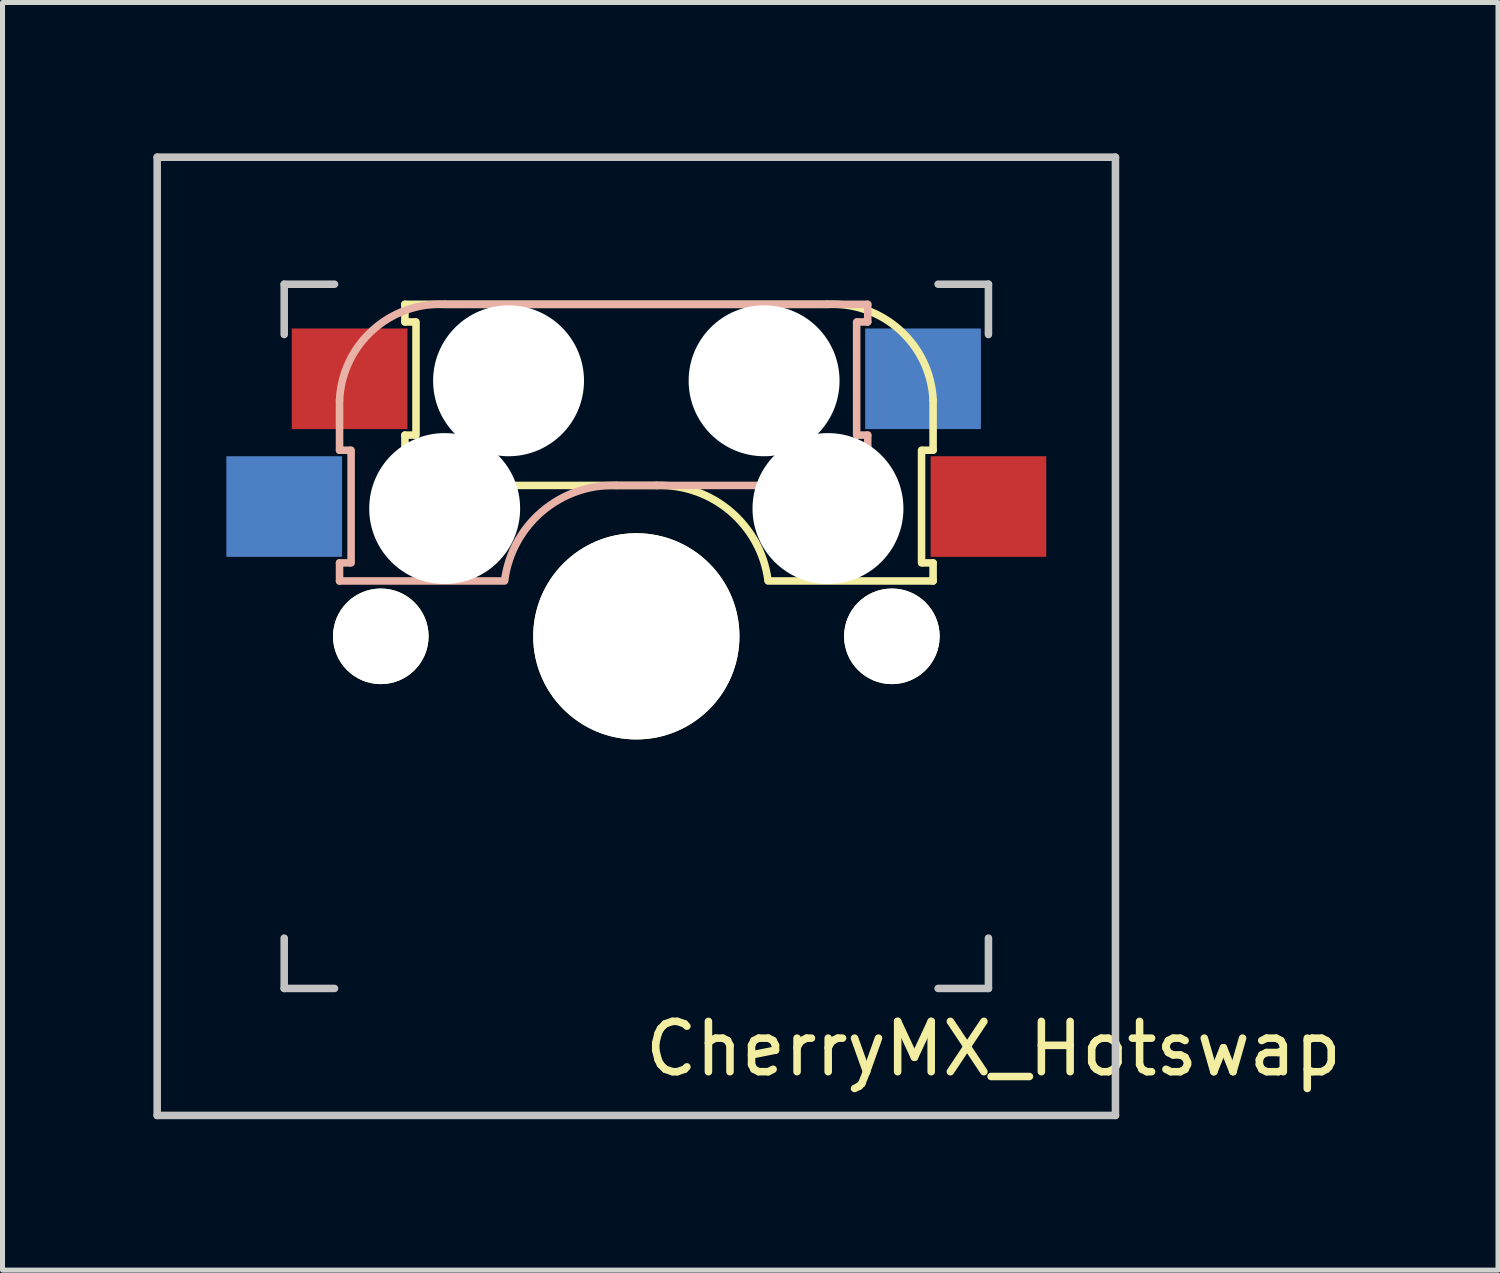
<source format=kicad_pcb>
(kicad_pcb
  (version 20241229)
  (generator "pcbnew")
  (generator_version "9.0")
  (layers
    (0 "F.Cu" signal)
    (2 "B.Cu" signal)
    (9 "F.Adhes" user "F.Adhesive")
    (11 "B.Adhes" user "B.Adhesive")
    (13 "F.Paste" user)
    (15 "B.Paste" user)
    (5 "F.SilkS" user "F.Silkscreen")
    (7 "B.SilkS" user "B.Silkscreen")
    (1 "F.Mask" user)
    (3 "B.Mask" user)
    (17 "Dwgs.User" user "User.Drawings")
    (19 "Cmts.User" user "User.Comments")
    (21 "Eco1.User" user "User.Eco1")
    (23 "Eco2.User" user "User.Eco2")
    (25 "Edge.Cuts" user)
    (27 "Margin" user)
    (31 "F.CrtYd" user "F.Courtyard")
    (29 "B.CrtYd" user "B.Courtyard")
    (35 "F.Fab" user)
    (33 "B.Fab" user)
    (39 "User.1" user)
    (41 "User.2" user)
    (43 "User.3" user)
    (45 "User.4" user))
  (footprint "CherryMX_Hotswap"
    (layer "F.Cu")
    (at 9.6 9.6)
    (property "Reference" "CherryMX_Hotswap" (at 7.1 8.2 0) (layer "F.SilkS") (effects (font (size 1 1) (thickness 0.15))))
    (attr through_hole)
    (fp_line (start -4.6 -6.6) (end 3.8 -6.6) (stroke (width 0.15) (type solid)) (layer "F.SilkS"))
    (fp_line (start -4.6 -6.25) (end -4.6 -6.6) (stroke (width 0.15) (type solid)) (layer "F.SilkS"))
    (fp_line (start -4.6 -4) (end -4.4 -4) (stroke (width 0.15) (type solid)) (layer "F.SilkS"))
    (fp_line (start -4.6 -3) (end -4.6 -4) (stroke (width 0.15) (type solid)) (layer "F.SilkS"))
    (fp_line (start -4.4 -6.25) (end -4.6 -6.25) (stroke (width 0.15) (type solid)) (layer "F.SilkS"))
    (fp_line (start -4.38 -4) (end -4.38 -6.25) (stroke (width 0.15) (type solid)) (layer "F.SilkS"))
    (fp_line (start 0.4 -3) (end -4.6 -3) (stroke (width 0.15) (type solid)) (layer "F.SilkS"))
    (fp_line (start 5.67 -3.7) (end 5.67 -1.46) (stroke (width 0.15) (type solid)) (layer "F.SilkS"))
    (fp_line (start 5.7 -1.46) (end 5.9 -1.46) (stroke (width 0.15) (type solid)) (layer "F.SilkS"))
    (fp_line (start 5.9 -4.7) (end 5.9 -3.7) (stroke (width 0.15) (type solid)) (layer "F.SilkS"))
    (fp_line (start 5.9 -3.7) (end 5.7 -3.7) (stroke (width 0.15) (type solid)) (layer "F.SilkS"))
    (fp_line (start 5.9 -1.1) (end 2.62 -1.1) (stroke (width 0.15) (type solid)) (layer "F.SilkS"))
    (fp_line (start 5.9 -1.1) (end 5.9 -1.46) (stroke (width 0.15) (type solid)) (layer "F.SilkS"))
    (fp_arc (start 0.4 -3) (mid 1.868709 -2.486118) (end 2.616318 -1.121471) (stroke (width 0.15) (type solid)) (layer "F.SilkS"))
    (fp_arc (start 3.8 -6.600001) (mid 5.243504 -6.084925) (end 5.900001 -4.7) (stroke (width 0.15) (type solid)) (layer "F.SilkS"))
    (fp_line (start -5.9 -4.7) (end -5.9 -3.7) (stroke (width 0.15) (type solid)) (layer "B.SilkS"))
    (fp_line (start -5.9 -3.7) (end -5.7 -3.7) (stroke (width 0.15) (type solid)) (layer "B.SilkS"))
    (fp_line (start -5.9 -1.1) (end -5.9 -1.46) (stroke (width 0.15) (type solid)) (layer "B.SilkS"))
    (fp_line (start -5.9 -1.1) (end -2.62 -1.1) (stroke (width 0.15) (type solid)) (layer "B.SilkS"))
    (fp_line (start -5.7 -1.46) (end -5.9 -1.46) (stroke (width 0.15) (type solid)) (layer "B.SilkS"))
    (fp_line (start -5.67 -3.7) (end -5.67 -1.46) (stroke (width 0.15) (type solid)) (layer "B.SilkS"))
    (fp_line (start -0.4 -3) (end 4.6 -3) (stroke (width 0.15) (type solid)) (layer "B.SilkS"))
    (fp_line (start 4.38 -4) (end 4.38 -6.25) (stroke (width 0.15) (type solid)) (layer "B.SilkS"))
    (fp_line (start 4.4 -6.25) (end 4.6 -6.25) (stroke (width 0.15) (type solid)) (layer "B.SilkS"))
    (fp_line (start 4.6 -6.6) (end -3.8 -6.6) (stroke (width 0.15) (type solid)) (layer "B.SilkS"))
    (fp_line (start 4.6 -6.25) (end 4.6 -6.6) (stroke (width 0.15) (type solid)) (layer "B.SilkS"))
    (fp_line (start 4.6 -4) (end 4.4 -4) (stroke (width 0.15) (type solid)) (layer "B.SilkS"))
    (fp_line (start 4.6 -3) (end 4.6 -4) (stroke (width 0.15) (type solid)) (layer "B.SilkS"))
    (fp_arc (start -5.9 -4.699999) (mid -5.243504 -6.084924) (end -3.800001 -6.6) (stroke (width 0.15) (type solid)) (layer "B.SilkS"))
    (fp_arc (start -2.616318 -1.121471) (mid -1.868709 -2.486118) (end -0.4 -3) (stroke (width 0.15) (type solid)) (layer "B.SilkS"))
    (fp_line (start -9.525 -9.525) (end 9.525 -9.525) (stroke (width 0.15) (type solid)) (layer "Dwgs.User"))
    (fp_line (start -9.525 9.525) (end -9.525 -9.525) (stroke (width 0.15) (type solid)) (layer "Dwgs.User"))
    (fp_line (start -7 -7) (end -6 -7) (stroke (width 0.15) (type solid)) (layer "Dwgs.User"))
    (fp_line (start -7 -6) (end -7 -7) (stroke (width 0.15) (type solid)) (layer "Dwgs.User"))
    (fp_line (start -7 6) (end -7 7) (stroke (width 0.15) (type solid)) (layer "Dwgs.User"))
    (fp_line (start -7 7) (end -6 7) (stroke (width 0.15) (type solid)) (layer "Dwgs.User"))
    (fp_line (start 6 7) (end 7 7) (stroke (width 0.15) (type solid)) (layer "Dwgs.User"))
    (fp_line (start 7 -7) (end 6 -7) (stroke (width 0.15) (type solid)) (layer "Dwgs.User"))
    (fp_line (start 7 -7) (end 7 -6) (stroke (width 0.15) (type solid)) (layer "Dwgs.User"))
    (fp_line (start 7 7) (end 7 6) (stroke (width 0.15) (type solid)) (layer "Dwgs.User"))
    (fp_line (start 9.525 -9.525) (end 9.525 9.525) (stroke (width 0.15) (type solid)) (layer "Dwgs.User"))
    (fp_line (start 9.525 9.525) (end -9.525 9.525) (stroke (width 0.15) (type solid)) (layer "Dwgs.User"))
    (pad "" np_thru_hole circle (at -5.08 0) (size 1.9 1.9) (drill 1.9) (layers "*.Cu" "*.Mask" "F.SilkS"))
    (pad "" np_thru_hole circle (at -3.81 -2.54 180) (size 3 3) (drill 3) (layers "*.Cu" "*.Mask"))
    (pad "" np_thru_hole circle (at -2.54 -5.08 180) (size 3 3) (drill 3) (layers "*.Cu" "*.Mask"))
    (pad "" np_thru_hole circle (at 0 0 90) (size 4.1 4.1) (drill 4.1) (layers "*.Cu" "*.Mask" "F.SilkS"))
    (pad "" np_thru_hole circle (at 2.54 -5.08 180) (size 3 3) (drill 3) (layers "*.Cu" "*.Mask"))
    (pad "" np_thru_hole circle (at 3.81 -2.54 180) (size 3 3) (drill 3) (layers "*.Cu" "*.Mask"))
    (pad "" np_thru_hole circle (at 5.08 0) (size 1.9 1.9) (drill 1.9) (layers "*.Cu" "*.Mask" "F.SilkS"))
    (pad "1" smd rect (at -7 -2.58 180) (size 2.3 2) (layers "B.Cu" "B.Mask" "B.Paste"))
    (pad "1" smd rect (at 7 -2.58 180) (size 2.3 2) (layers "F.Cu" "F.Mask" "F.Paste"))
    (pad "2" smd rect (at -5.7 -5.12 180) (size 2.3 2) (layers "F.Cu" "F.Mask" "F.Paste"))
    (pad "2" smd rect (at 5.7 -5.12 180) (size 2.3 2) (layers "B.Cu" "B.Mask" "B.Paste")))
  (gr_rect
    (start -3 -3)
    (end 26.73 22.2)
    (stroke (width 0.1) (type default))
    (fill no)
    (layer "Edge.Cuts")))
</source>
